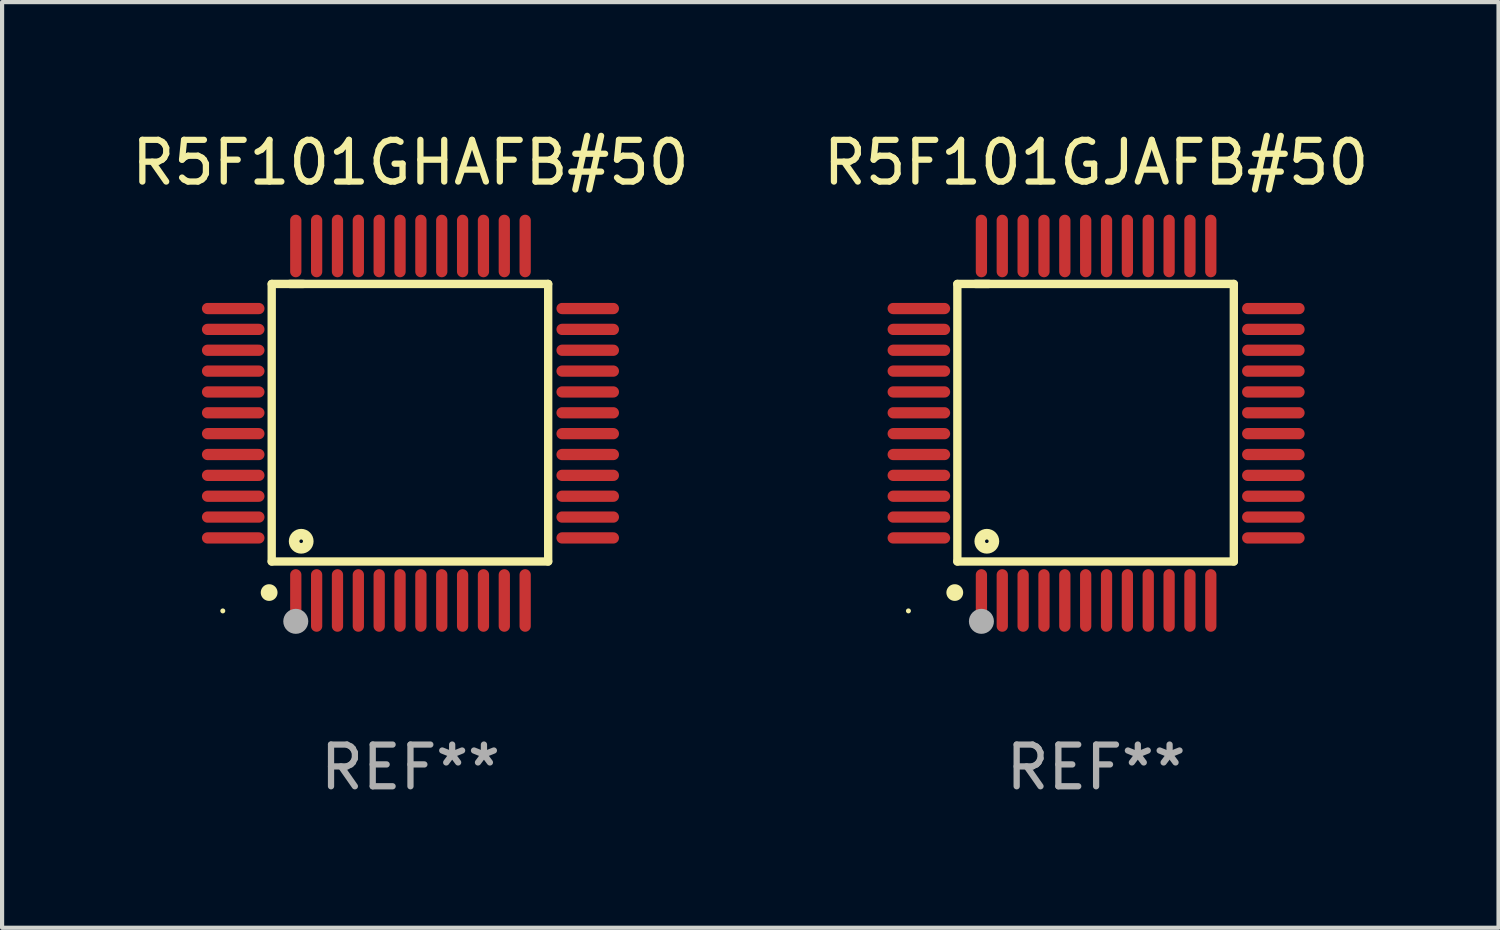
<source format=kicad_pcb>
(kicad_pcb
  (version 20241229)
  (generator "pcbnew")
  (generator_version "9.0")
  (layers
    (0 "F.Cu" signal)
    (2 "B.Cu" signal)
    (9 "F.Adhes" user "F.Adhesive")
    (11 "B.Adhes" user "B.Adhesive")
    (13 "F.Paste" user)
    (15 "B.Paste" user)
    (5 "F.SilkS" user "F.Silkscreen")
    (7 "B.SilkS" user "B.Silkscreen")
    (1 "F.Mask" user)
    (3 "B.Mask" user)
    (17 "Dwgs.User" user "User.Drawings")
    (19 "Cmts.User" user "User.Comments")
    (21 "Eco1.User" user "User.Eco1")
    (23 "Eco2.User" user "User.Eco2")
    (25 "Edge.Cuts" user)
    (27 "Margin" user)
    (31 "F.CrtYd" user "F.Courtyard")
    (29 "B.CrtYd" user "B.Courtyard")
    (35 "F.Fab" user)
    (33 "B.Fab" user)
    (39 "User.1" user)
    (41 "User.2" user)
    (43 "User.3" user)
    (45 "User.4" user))
  (footprint "R5F101GJAFB#50"
    (layer "F.Cu")
    (at 23.232 7.098)
    (property "Reference" "R5F101GJAFB#50" (at 0 -6.25 0) (layer "F.SilkS") (effects (font (size 1 1) (thickness 0.15))))
    (attr through_hole)
    (fp_line (start -3.327 -3.34) (end -2.565 -3.34) (stroke (width 0.2) (type solid)) (layer "F.SilkS"))
    (fp_line (start -3.327 3.315) (end -3.327 -3.34) (stroke (width 0.2) (type solid)) (layer "F.SilkS"))
    (fp_line (start -2.896 -3.34) (end 3.302 -3.34) (stroke (width 0.2) (type solid)) (layer "F.SilkS"))
    (fp_line (start 3.302 -3.34) (end 3.302 3.315) (stroke (width 0.2) (type solid)) (layer "F.SilkS"))
    (fp_line (start 3.302 3.315) (end -3.327 3.315) (stroke (width 0.2) (type solid)) (layer "F.SilkS"))
    (fp_arc (start -3.389992 4.059995) (mid -3.388722 4.059991) (end -3.387452 4.059995) (stroke (width 0.4) (type solid)) (layer "F.SilkS"))
    (fp_circle (center -4.5 4.5) (end -4.47 4.5) (stroke (width 0.06) (type solid)) (fill no) (layer "F.SilkS"))
    (fp_circle (center -2.62 2.83) (end -2.45 2.83) (stroke (width 0.254) (type solid)) (fill no) (layer "F.SilkS"))
    (fp_circle (center -2.75 4.75) (end -2.6 4.75) (stroke (width 0.3) (type solid)) (fill no) (layer "F.Fab"))
    (fp_text user "REF**" (at 0 8.25 0) (layer "F.Fab") (effects (font (size 1 1) (thickness 0.15))))
    (pad "1" smd oval (at -2.75 4.25) (size 0.27 1.5) (layers "F.Cu" "F.Mask" "F.Paste"))
    (pad "2" smd oval (at -2.25 4.25) (size 0.27 1.5) (layers "F.Cu" "F.Mask" "F.Paste"))
    (pad "3" smd oval (at -1.75 4.25) (size 0.27 1.5) (layers "F.Cu" "F.Mask" "F.Paste"))
    (pad "4" smd oval (at -1.25 4.25) (size 0.27 1.5) (layers "F.Cu" "F.Mask" "F.Paste"))
    (pad "5" smd oval (at -0.75 4.25) (size 0.27 1.5) (layers "F.Cu" "F.Mask" "F.Paste"))
    (pad "6" smd oval (at -0.25 4.25) (size 0.27 1.5) (layers "F.Cu" "F.Mask" "F.Paste"))
    (pad "7" smd oval (at 0.25 4.25) (size 0.27 1.5) (layers "F.Cu" "F.Mask" "F.Paste"))
    (pad "8" smd oval (at 0.75 4.25) (size 0.27 1.5) (layers "F.Cu" "F.Mask" "F.Paste"))
    (pad "9" smd oval (at 1.25 4.25) (size 0.27 1.5) (layers "F.Cu" "F.Mask" "F.Paste"))
    (pad "10" smd oval (at 1.75 4.25) (size 0.27 1.5) (layers "F.Cu" "F.Mask" "F.Paste"))
    (pad "11" smd oval (at 2.25 4.25) (size 0.27 1.5) (layers "F.Cu" "F.Mask" "F.Paste"))
    (pad "12" smd oval (at 2.75 4.25) (size 0.27 1.5) (layers "F.Cu" "F.Mask" "F.Paste"))
    (pad "13" smd oval (at 4.25 2.75) (size 1.5 0.27) (layers "F.Cu" "F.Mask" "F.Paste"))
    (pad "14" smd oval (at 4.25 2.25) (size 1.5 0.27) (layers "F.Cu" "F.Mask" "F.Paste"))
    (pad "15" smd oval (at 4.25 1.75) (size 1.5 0.27) (layers "F.Cu" "F.Mask" "F.Paste"))
    (pad "16" smd oval (at 4.25 1.25) (size 1.5 0.27) (layers "F.Cu" "F.Mask" "F.Paste"))
    (pad "17" smd oval (at 4.25 0.75) (size 1.5 0.27) (layers "F.Cu" "F.Mask" "F.Paste"))
    (pad "18" smd oval (at 4.25 0.25) (size 1.5 0.27) (layers "F.Cu" "F.Mask" "F.Paste"))
    (pad "19" smd oval (at 4.25 -0.25) (size 1.5 0.27) (layers "F.Cu" "F.Mask" "F.Paste"))
    (pad "20" smd oval (at 4.25 -0.75) (size 1.5 0.27) (layers "F.Cu" "F.Mask" "F.Paste"))
    (pad "21" smd oval (at 4.25 -1.25) (size 1.5 0.27) (layers "F.Cu" "F.Mask" "F.Paste"))
    (pad "22" smd oval (at 4.25 -1.75) (size 1.5 0.27) (layers "F.Cu" "F.Mask" "F.Paste"))
    (pad "23" smd oval (at 4.25 -2.25) (size 1.5 0.27) (layers "F.Cu" "F.Mask" "F.Paste"))
    (pad "24" smd oval (at 4.25 -2.75) (size 1.5 0.27) (layers "F.Cu" "F.Mask" "F.Paste"))
    (pad "25" smd oval (at 2.75 -4.25) (size 0.27 1.5) (layers "F.Cu" "F.Mask" "F.Paste"))
    (pad "26" smd oval (at 2.25 -4.25) (size 0.27 1.5) (layers "F.Cu" "F.Mask" "F.Paste"))
    (pad "27" smd oval (at 1.75 -4.25) (size 0.27 1.5) (layers "F.Cu" "F.Mask" "F.Paste"))
    (pad "28" smd oval (at 1.25 -4.25) (size 0.27 1.5) (layers "F.Cu" "F.Mask" "F.Paste"))
    (pad "29" smd oval (at 0.75 -4.25) (size 0.27 1.5) (layers "F.Cu" "F.Mask" "F.Paste"))
    (pad "30" smd oval (at 0.25 -4.25) (size 0.27 1.5) (layers "F.Cu" "F.Mask" "F.Paste"))
    (pad "31" smd oval (at -0.25 -4.25) (size 0.27 1.5) (layers "F.Cu" "F.Mask" "F.Paste"))
    (pad "32" smd oval (at -0.75 -4.25) (size 0.27 1.5) (layers "F.Cu" "F.Mask" "F.Paste"))
    (pad "33" smd oval (at -1.25 -4.25) (size 0.27 1.5) (layers "F.Cu" "F.Mask" "F.Paste"))
    (pad "34" smd oval (at -1.75 -4.25) (size 0.27 1.5) (layers "F.Cu" "F.Mask" "F.Paste"))
    (pad "35" smd oval (at -2.25 -4.25) (size 0.27 1.5) (layers "F.Cu" "F.Mask" "F.Paste"))
    (pad "36" smd oval (at -2.75 -4.25) (size 0.27 1.5) (layers "F.Cu" "F.Mask" "F.Paste"))
    (pad "37" smd oval (at -4.25 -2.75) (size 1.5 0.27) (layers "F.Cu" "F.Mask" "F.Paste"))
    (pad "38" smd oval (at -4.25 -2.25) (size 1.5 0.27) (layers "F.Cu" "F.Mask" "F.Paste"))
    (pad "39" smd oval (at -4.25 -1.75) (size 1.5 0.27) (layers "F.Cu" "F.Mask" "F.Paste"))
    (pad "40" smd oval (at -4.25 -1.25) (size 1.5 0.27) (layers "F.Cu" "F.Mask" "F.Paste"))
    (pad "41" smd oval (at -4.25 -0.75) (size 1.5 0.27) (layers "F.Cu" "F.Mask" "F.Paste"))
    (pad "42" smd oval (at -4.25 -0.25) (size 1.5 0.27) (layers "F.Cu" "F.Mask" "F.Paste"))
    (pad "43" smd oval (at -4.25 0.25) (size 1.5 0.27) (layers "F.Cu" "F.Mask" "F.Paste"))
    (pad "44" smd oval (at -4.25 0.75) (size 1.5 0.27) (layers "F.Cu" "F.Mask" "F.Paste"))
    (pad "45" smd oval (at -4.25 1.25) (size 1.5 0.27) (layers "F.Cu" "F.Mask" "F.Paste"))
    (pad "46" smd oval (at -4.25 1.75) (size 1.5 0.27) (layers "F.Cu" "F.Mask" "F.Paste"))
    (pad "47" smd oval (at -4.25 2.25) (size 1.5 0.27) (layers "F.Cu" "F.Mask" "F.Paste"))
    (pad "48" smd oval (at -4.25 2.75) (size 1.5 0.27) (layers "F.Cu" "F.Mask" "F.Paste")))
  (footprint "R5F101GHAFB#50"
    (layer "F.Cu")
    (at 6.792 7.098)
    (property "Reference" "R5F101GHAFB#50" (at 0 -6.25 0) (layer "F.SilkS") (effects (font (size 1 1) (thickness 0.15))))
    (attr through_hole)
    (fp_line (start -3.327 -3.34) (end -2.565 -3.34) (stroke (width 0.2) (type solid)) (layer "F.SilkS"))
    (fp_line (start -3.327 3.315) (end -3.327 -3.34) (stroke (width 0.2) (type solid)) (layer "F.SilkS"))
    (fp_line (start -2.896 -3.34) (end 3.302 -3.34) (stroke (width 0.2) (type solid)) (layer "F.SilkS"))
    (fp_line (start 3.302 -3.34) (end 3.302 3.315) (stroke (width 0.2) (type solid)) (layer "F.SilkS"))
    (fp_line (start 3.302 3.315) (end -3.327 3.315) (stroke (width 0.2) (type solid)) (layer "F.SilkS"))
    (fp_arc (start -3.389992 4.059995) (mid -3.388722 4.059991) (end -3.387452 4.059995) (stroke (width 0.4) (type solid)) (layer "F.SilkS"))
    (fp_circle (center -4.5 4.5) (end -4.47 4.5) (stroke (width 0.06) (type solid)) (fill no) (layer "F.SilkS"))
    (fp_circle (center -2.62 2.83) (end -2.45 2.83) (stroke (width 0.254) (type solid)) (fill no) (layer "F.SilkS"))
    (fp_circle (center -2.75 4.75) (end -2.6 4.75) (stroke (width 0.3) (type solid)) (fill no) (layer "F.Fab"))
    (fp_text user "REF**" (at 0 8.25 0) (layer "F.Fab") (effects (font (size 1 1) (thickness 0.15))))
    (pad "1" smd oval (at -2.75 4.25) (size 0.27 1.5) (layers "F.Cu" "F.Mask" "F.Paste"))
    (pad "2" smd oval (at -2.25 4.25) (size 0.27 1.5) (layers "F.Cu" "F.Mask" "F.Paste"))
    (pad "3" smd oval (at -1.75 4.25) (size 0.27 1.5) (layers "F.Cu" "F.Mask" "F.Paste"))
    (pad "4" smd oval (at -1.25 4.25) (size 0.27 1.5) (layers "F.Cu" "F.Mask" "F.Paste"))
    (pad "5" smd oval (at -0.75 4.25) (size 0.27 1.5) (layers "F.Cu" "F.Mask" "F.Paste"))
    (pad "6" smd oval (at -0.25 4.25) (size 0.27 1.5) (layers "F.Cu" "F.Mask" "F.Paste"))
    (pad "7" smd oval (at 0.25 4.25) (size 0.27 1.5) (layers "F.Cu" "F.Mask" "F.Paste"))
    (pad "8" smd oval (at 0.75 4.25) (size 0.27 1.5) (layers "F.Cu" "F.Mask" "F.Paste"))
    (pad "9" smd oval (at 1.25 4.25) (size 0.27 1.5) (layers "F.Cu" "F.Mask" "F.Paste"))
    (pad "10" smd oval (at 1.75 4.25) (size 0.27 1.5) (layers "F.Cu" "F.Mask" "F.Paste"))
    (pad "11" smd oval (at 2.25 4.25) (size 0.27 1.5) (layers "F.Cu" "F.Mask" "F.Paste"))
    (pad "12" smd oval (at 2.75 4.25) (size 0.27 1.5) (layers "F.Cu" "F.Mask" "F.Paste"))
    (pad "13" smd oval (at 4.25 2.75) (size 1.5 0.27) (layers "F.Cu" "F.Mask" "F.Paste"))
    (pad "14" smd oval (at 4.25 2.25) (size 1.5 0.27) (layers "F.Cu" "F.Mask" "F.Paste"))
    (pad "15" smd oval (at 4.25 1.75) (size 1.5 0.27) (layers "F.Cu" "F.Mask" "F.Paste"))
    (pad "16" smd oval (at 4.25 1.25) (size 1.5 0.27) (layers "F.Cu" "F.Mask" "F.Paste"))
    (pad "17" smd oval (at 4.25 0.75) (size 1.5 0.27) (layers "F.Cu" "F.Mask" "F.Paste"))
    (pad "18" smd oval (at 4.25 0.25) (size 1.5 0.27) (layers "F.Cu" "F.Mask" "F.Paste"))
    (pad "19" smd oval (at 4.25 -0.25) (size 1.5 0.27) (layers "F.Cu" "F.Mask" "F.Paste"))
    (pad "20" smd oval (at 4.25 -0.75) (size 1.5 0.27) (layers "F.Cu" "F.Mask" "F.Paste"))
    (pad "21" smd oval (at 4.25 -1.25) (size 1.5 0.27) (layers "F.Cu" "F.Mask" "F.Paste"))
    (pad "22" smd oval (at 4.25 -1.75) (size 1.5 0.27) (layers "F.Cu" "F.Mask" "F.Paste"))
    (pad "23" smd oval (at 4.25 -2.25) (size 1.5 0.27) (layers "F.Cu" "F.Mask" "F.Paste"))
    (pad "24" smd oval (at 4.25 -2.75) (size 1.5 0.27) (layers "F.Cu" "F.Mask" "F.Paste"))
    (pad "25" smd oval (at 2.75 -4.25) (size 0.27 1.5) (layers "F.Cu" "F.Mask" "F.Paste"))
    (pad "26" smd oval (at 2.25 -4.25) (size 0.27 1.5) (layers "F.Cu" "F.Mask" "F.Paste"))
    (pad "27" smd oval (at 1.75 -4.25) (size 0.27 1.5) (layers "F.Cu" "F.Mask" "F.Paste"))
    (pad "28" smd oval (at 1.25 -4.25) (size 0.27 1.5) (layers "F.Cu" "F.Mask" "F.Paste"))
    (pad "29" smd oval (at 0.75 -4.25) (size 0.27 1.5) (layers "F.Cu" "F.Mask" "F.Paste"))
    (pad "30" smd oval (at 0.25 -4.25) (size 0.27 1.5) (layers "F.Cu" "F.Mask" "F.Paste"))
    (pad "31" smd oval (at -0.25 -4.25) (size 0.27 1.5) (layers "F.Cu" "F.Mask" "F.Paste"))
    (pad "32" smd oval (at -0.75 -4.25) (size 0.27 1.5) (layers "F.Cu" "F.Mask" "F.Paste"))
    (pad "33" smd oval (at -1.25 -4.25) (size 0.27 1.5) (layers "F.Cu" "F.Mask" "F.Paste"))
    (pad "34" smd oval (at -1.75 -4.25) (size 0.27 1.5) (layers "F.Cu" "F.Mask" "F.Paste"))
    (pad "35" smd oval (at -2.25 -4.25) (size 0.27 1.5) (layers "F.Cu" "F.Mask" "F.Paste"))
    (pad "36" smd oval (at -2.75 -4.25) (size 0.27 1.5) (layers "F.Cu" "F.Mask" "F.Paste"))
    (pad "37" smd oval (at -4.25 -2.75) (size 1.5 0.27) (layers "F.Cu" "F.Mask" "F.Paste"))
    (pad "38" smd oval (at -4.25 -2.25) (size 1.5 0.27) (layers "F.Cu" "F.Mask" "F.Paste"))
    (pad "39" smd oval (at -4.25 -1.75) (size 1.5 0.27) (layers "F.Cu" "F.Mask" "F.Paste"))
    (pad "40" smd oval (at -4.25 -1.25) (size 1.5 0.27) (layers "F.Cu" "F.Mask" "F.Paste"))
    (pad "41" smd oval (at -4.25 -0.75) (size 1.5 0.27) (layers "F.Cu" "F.Mask" "F.Paste"))
    (pad "42" smd oval (at -4.25 -0.25) (size 1.5 0.27) (layers "F.Cu" "F.Mask" "F.Paste"))
    (pad "43" smd oval (at -4.25 0.25) (size 1.5 0.27) (layers "F.Cu" "F.Mask" "F.Paste"))
    (pad "44" smd oval (at -4.25 0.75) (size 1.5 0.27) (layers "F.Cu" "F.Mask" "F.Paste"))
    (pad "45" smd oval (at -4.25 1.25) (size 1.5 0.27) (layers "F.Cu" "F.Mask" "F.Paste"))
    (pad "46" smd oval (at -4.25 1.75) (size 1.5 0.27) (layers "F.Cu" "F.Mask" "F.Paste"))
    (pad "47" smd oval (at -4.25 2.25) (size 1.5 0.27) (layers "F.Cu" "F.Mask" "F.Paste"))
    (pad "48" smd oval (at -4.25 2.75) (size 1.5 0.27) (layers "F.Cu" "F.Mask" "F.Paste")))
  (gr_rect
    (start -3 -3)
    (end 32.881 19.196)
    (stroke (width 0.1) (type default))
    (fill no)
    (layer "Edge.Cuts")))
</source>
